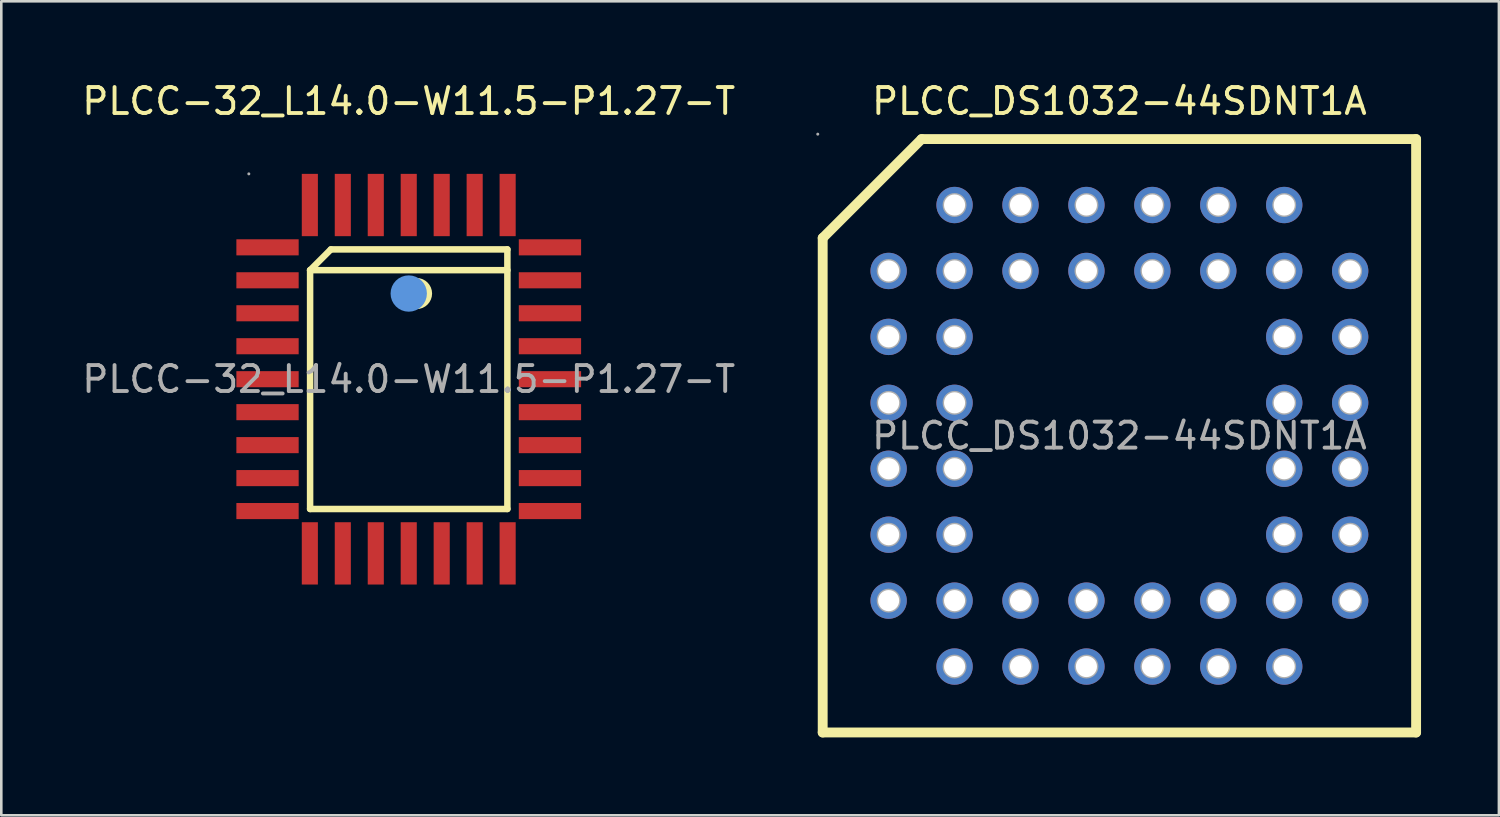
<source format=kicad_pcb>
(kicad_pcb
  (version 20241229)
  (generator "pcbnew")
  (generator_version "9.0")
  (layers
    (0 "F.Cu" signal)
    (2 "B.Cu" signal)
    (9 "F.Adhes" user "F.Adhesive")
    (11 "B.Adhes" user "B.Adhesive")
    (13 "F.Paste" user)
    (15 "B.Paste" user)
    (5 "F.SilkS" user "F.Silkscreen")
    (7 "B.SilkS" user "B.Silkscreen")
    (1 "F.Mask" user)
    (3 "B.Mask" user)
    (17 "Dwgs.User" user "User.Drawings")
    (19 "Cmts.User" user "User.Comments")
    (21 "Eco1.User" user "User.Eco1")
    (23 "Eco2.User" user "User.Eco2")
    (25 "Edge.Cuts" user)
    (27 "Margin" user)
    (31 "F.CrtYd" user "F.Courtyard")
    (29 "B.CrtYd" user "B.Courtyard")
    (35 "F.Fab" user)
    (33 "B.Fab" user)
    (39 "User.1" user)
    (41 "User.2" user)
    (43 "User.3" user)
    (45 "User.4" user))
  (footprint "PLCC_DS1032-44SDNT1A"
    (layer "F.Cu")
    (at 40.073 13.738)
    (property "Reference" "PLCC_DS1032-44SDNT1A" (at 0 -12.89 0) (layer "F.SilkS") (effects (font (size 1 1) (thickness 0.15))))
    (attr through_hole)
    (fp_line (start -11.43 -7.62) (end -11.43 11.43) (stroke (width 0.38) (type solid)) (layer "F.SilkS"))
    (fp_line (start -11.43 11.43) (end 11.43 11.43) (stroke (width 0.38) (type solid)) (layer "F.SilkS"))
    (fp_line (start -7.62 -11.43) (end -11.43 -7.62) (stroke (width 0.38) (type solid)) (layer "F.SilkS"))
    (fp_line (start 11.43 -11.43) (end -7.62 -11.43) (stroke (width 0.38) (type solid)) (layer "F.SilkS"))
    (fp_line (start 11.43 11.43) (end 11.43 -11.43) (stroke (width 0.38) (type solid)) (layer "F.SilkS"))
    (fp_circle (center -11.62 -11.62) (end -11.59 -11.62) (stroke (width 0.06) (type solid)) (fill no) (layer "F.Fab"))
    (fp_circle (center -8.89 -6.35) (end -8.74 -6.35) (stroke (width 0.31) (type solid)) (fill no) (layer "F.Fab"))
    (fp_circle (center -8.89 -3.81) (end -8.74 -3.81) (stroke (width 0.31) (type solid)) (fill no) (layer "F.Fab"))
    (fp_circle (center -8.89 -1.27) (end -8.74 -1.27) (stroke (width 0.31) (type solid)) (fill no) (layer "F.Fab"))
    (fp_circle (center -8.89 1.27) (end -8.74 1.27) (stroke (width 0.31) (type solid)) (fill no) (layer "F.Fab"))
    (fp_circle (center -8.89 3.81) (end -8.74 3.81) (stroke (width 0.31) (type solid)) (fill no) (layer "F.Fab"))
    (fp_circle (center -8.89 6.35) (end -8.74 6.35) (stroke (width 0.31) (type solid)) (fill no) (layer "F.Fab"))
    (fp_circle (center -6.35 -8.89) (end -6.2 -8.89) (stroke (width 0.31) (type solid)) (fill no) (layer "F.Fab"))
    (fp_circle (center -6.35 -6.35) (end -6.2 -6.35) (stroke (width 0.31) (type solid)) (fill no) (layer "F.Fab"))
    (fp_circle (center -6.35 -3.81) (end -6.2 -3.81) (stroke (width 0.31) (type solid)) (fill no) (layer "F.Fab"))
    (fp_circle (center -6.35 -1.27) (end -6.2 -1.27) (stroke (width 0.31) (type solid)) (fill no) (layer "F.Fab"))
    (fp_circle (center -6.35 1.27) (end -6.2 1.27) (stroke (width 0.31) (type solid)) (fill no) (layer "F.Fab"))
    (fp_circle (center -6.35 3.81) (end -6.2 3.81) (stroke (width 0.31) (type solid)) (fill no) (layer "F.Fab"))
    (fp_circle (center -6.35 6.35) (end -6.2 6.35) (stroke (width 0.31) (type solid)) (fill no) (layer "F.Fab"))
    (fp_circle (center -6.35 8.89) (end -6.2 8.89) (stroke (width 0.31) (type solid)) (fill no) (layer "F.Fab"))
    (fp_circle (center -3.81 -8.89) (end -3.66 -8.89) (stroke (width 0.31) (type solid)) (fill no) (layer "F.Fab"))
    (fp_circle (center -3.81 -6.35) (end -3.66 -6.35) (stroke (width 0.31) (type solid)) (fill no) (layer "F.Fab"))
    (fp_circle (center -3.81 6.35) (end -3.66 6.35) (stroke (width 0.31) (type solid)) (fill no) (layer "F.Fab"))
    (fp_circle (center -3.81 8.89) (end -3.66 8.89) (stroke (width 0.31) (type solid)) (fill no) (layer "F.Fab"))
    (fp_circle (center -1.27 -8.89) (end -1.12 -8.89) (stroke (width 0.31) (type solid)) (fill no) (layer "F.Fab"))
    (fp_circle (center -1.27 -6.35) (end -1.12 -6.35) (stroke (width 0.31) (type solid)) (fill no) (layer "F.Fab"))
    (fp_circle (center -1.27 6.35) (end -1.12 6.35) (stroke (width 0.31) (type solid)) (fill no) (layer "F.Fab"))
    (fp_circle (center -1.27 8.89) (end -1.12 8.89) (stroke (width 0.31) (type solid)) (fill no) (layer "F.Fab"))
    (fp_circle (center 1.27 -8.89) (end 1.42 -8.89) (stroke (width 0.31) (type solid)) (fill no) (layer "F.Fab"))
    (fp_circle (center 1.27 -6.35) (end 1.42 -6.35) (stroke (width 0.31) (type solid)) (fill no) (layer "F.Fab"))
    (fp_circle (center 1.27 6.35) (end 1.42 6.35) (stroke (width 0.31) (type solid)) (fill no) (layer "F.Fab"))
    (fp_circle (center 1.27 8.89) (end 1.42 8.89) (stroke (width 0.31) (type solid)) (fill no) (layer "F.Fab"))
    (fp_circle (center 3.81 -8.89) (end 3.96 -8.89) (stroke (width 0.31) (type solid)) (fill no) (layer "F.Fab"))
    (fp_circle (center 3.81 -6.35) (end 3.96 -6.35) (stroke (width 0.31) (type solid)) (fill no) (layer "F.Fab"))
    (fp_circle (center 3.81 6.35) (end 3.96 6.35) (stroke (width 0.31) (type solid)) (fill no) (layer "F.Fab"))
    (fp_circle (center 3.81 8.89) (end 3.96 8.89) (stroke (width 0.31) (type solid)) (fill no) (layer "F.Fab"))
    (fp_circle (center 6.35 -8.89) (end 6.5 -8.89) (stroke (width 0.31) (type solid)) (fill no) (layer "F.Fab"))
    (fp_circle (center 6.35 -6.35) (end 6.5 -6.35) (stroke (width 0.31) (type solid)) (fill no) (layer "F.Fab"))
    (fp_circle (center 6.35 -3.81) (end 6.5 -3.81) (stroke (width 0.31) (type solid)) (fill no) (layer "F.Fab"))
    (fp_circle (center 6.35 -1.27) (end 6.5 -1.27) (stroke (width 0.31) (type solid)) (fill no) (layer "F.Fab"))
    (fp_circle (center 6.35 1.27) (end 6.5 1.27) (stroke (width 0.31) (type solid)) (fill no) (layer "F.Fab"))
    (fp_circle (center 6.35 3.81) (end 6.5 3.81) (stroke (width 0.31) (type solid)) (fill no) (layer "F.Fab"))
    (fp_circle (center 6.35 6.35) (end 6.5 6.35) (stroke (width 0.31) (type solid)) (fill no) (layer "F.Fab"))
    (fp_circle (center 6.35 8.89) (end 6.5 8.89) (stroke (width 0.31) (type solid)) (fill no) (layer "F.Fab"))
    (fp_circle (center 8.89 -6.35) (end 9.04 -6.35) (stroke (width 0.31) (type solid)) (fill no) (layer "F.Fab"))
    (fp_circle (center 8.89 -3.81) (end 9.04 -3.81) (stroke (width 0.31) (type solid)) (fill no) (layer "F.Fab"))
    (fp_circle (center 8.89 -1.27) (end 9.04 -1.27) (stroke (width 0.31) (type solid)) (fill no) (layer "F.Fab"))
    (fp_circle (center 8.89 1.27) (end 9.04 1.27) (stroke (width 0.31) (type solid)) (fill no) (layer "F.Fab"))
    (fp_circle (center 8.89 3.81) (end 9.04 3.81) (stroke (width 0.31) (type solid)) (fill no) (layer "F.Fab"))
    (fp_circle (center 8.89 6.35) (end 9.04 6.35) (stroke (width 0.31) (type solid)) (fill no) (layer "F.Fab"))
    (fp_text user "${REFERENCE}" (at 0 0 0) (layer "F.Fab") (effects (font (size 1 1) (thickness 0.15))))
    (pad "1" thru_hole circle (at -6.35 -8.89 180) (size 1.4 1.4) (drill 0.813) (layers "*.Cu" "*.Paste" "*.Mask"))
    (pad "2" thru_hole circle (at -3.81 -6.35 180) (size 1.4 1.4) (drill 0.813) (layers "*.Cu" "*.Paste" "*.Mask"))
    (pad "3" thru_hole circle (at -3.81 -8.89 180) (size 1.4 1.4) (drill 0.813) (layers "*.Cu" "*.Paste" "*.Mask"))
    (pad "4" thru_hole circle (at -1.27 -6.35 180) (size 1.4 1.4) (drill 0.813) (layers "*.Cu" "*.Paste" "*.Mask"))
    (pad "5" thru_hole circle (at -1.27 -8.89 180) (size 1.4 1.4) (drill 0.813) (layers "*.Cu" "*.Paste" "*.Mask"))
    (pad "6" thru_hole circle (at 1.27 -6.35 180) (size 1.4 1.4) (drill 0.813) (layers "*.Cu" "*.Paste" "*.Mask"))
    (pad "7" thru_hole circle (at 1.27 -8.89 180) (size 1.4 1.4) (drill 0.813) (layers "*.Cu" "*.Paste" "*.Mask"))
    (pad "8" thru_hole circle (at 3.81 -6.35 180) (size 1.4 1.4) (drill 0.813) (layers "*.Cu" "*.Paste" "*.Mask"))
    (pad "9" thru_hole circle (at 3.81 -8.89 180) (size 1.4 1.4) (drill 0.813) (layers "*.Cu" "*.Paste" "*.Mask"))
    (pad "10" thru_hole circle (at 6.35 -6.35 180) (size 1.4 1.4) (drill 0.813) (layers "*.Cu" "*.Paste" "*.Mask"))
    (pad "11" thru_hole circle (at 6.35 -8.89 180) (size 1.4 1.4) (drill 0.813) (layers "*.Cu" "*.Paste" "*.Mask"))
    (pad "12" thru_hole circle (at 8.89 -6.35 180) (size 1.4 1.4) (drill 0.813) (layers "*.Cu" "*.Paste" "*.Mask"))
    (pad "13" thru_hole circle (at 6.35 -3.81 180) (size 1.4 1.4) (drill 0.813) (layers "*.Cu" "*.Paste" "*.Mask"))
    (pad "14" thru_hole circle (at 8.89 -3.81 180) (size 1.4 1.4) (drill 0.813) (layers "*.Cu" "*.Paste" "*.Mask"))
    (pad "15" thru_hole circle (at 6.35 -1.27 180) (size 1.4 1.4) (drill 0.813) (layers "*.Cu" "*.Paste" "*.Mask"))
    (pad "16" thru_hole circle (at 8.89 -1.27 180) (size 1.4 1.4) (drill 0.813) (layers "*.Cu" "*.Paste" "*.Mask"))
    (pad "17" thru_hole circle (at 6.35 1.27 180) (size 1.4 1.4) (drill 0.813) (layers "*.Cu" "*.Paste" "*.Mask"))
    (pad "18" thru_hole circle (at 8.89 1.27 180) (size 1.4 1.4) (drill 0.813) (layers "*.Cu" "*.Paste" "*.Mask"))
    (pad "19" thru_hole circle (at 6.35 3.81 180) (size 1.4 1.4) (drill 0.813) (layers "*.Cu" "*.Paste" "*.Mask"))
    (pad "20" thru_hole circle (at 8.89 3.81 180) (size 1.4 1.4) (drill 0.813) (layers "*.Cu" "*.Paste" "*.Mask"))
    (pad "21" thru_hole circle (at 6.35 6.35 180) (size 1.4 1.4) (drill 0.813) (layers "*.Cu" "*.Paste" "*.Mask"))
    (pad "22" thru_hole circle (at 8.89 6.35 180) (size 1.4 1.4) (drill 0.813) (layers "*.Cu" "*.Paste" "*.Mask"))
    (pad "23" thru_hole circle (at 6.35 8.89 180) (size 1.4 1.4) (drill 0.813) (layers "*.Cu" "*.Paste" "*.Mask"))
    (pad "24" thru_hole circle (at 3.81 6.35 180) (size 1.4 1.4) (drill 0.813) (layers "*.Cu" "*.Paste" "*.Mask"))
    (pad "25" thru_hole circle (at 3.81 8.89 180) (size 1.4 1.4) (drill 0.813) (layers "*.Cu" "*.Paste" "*.Mask"))
    (pad "26" thru_hole circle (at 1.27 6.35 180) (size 1.4 1.4) (drill 0.813) (layers "*.Cu" "*.Paste" "*.Mask"))
    (pad "27" thru_hole circle (at 1.27 8.89 180) (size 1.4 1.4) (drill 0.813) (layers "*.Cu" "*.Paste" "*.Mask"))
    (pad "28" thru_hole circle (at -1.27 6.35 180) (size 1.4 1.4) (drill 0.813) (layers "*.Cu" "*.Paste" "*.Mask"))
    (pad "29" thru_hole circle (at -1.27 8.89 180) (size 1.4 1.4) (drill 0.813) (layers "*.Cu" "*.Paste" "*.Mask"))
    (pad "30" thru_hole circle (at -3.81 6.35 180) (size 1.4 1.4) (drill 0.813) (layers "*.Cu" "*.Paste" "*.Mask"))
    (pad "31" thru_hole circle (at -3.81 8.89 180) (size 1.4 1.4) (drill 0.813) (layers "*.Cu" "*.Paste" "*.Mask"))
    (pad "32" thru_hole circle (at -6.35 6.35 180) (size 1.4 1.4) (drill 0.813) (layers "*.Cu" "*.Paste" "*.Mask"))
    (pad "33" thru_hole circle (at -6.35 8.89 180) (size 1.4 1.4) (drill 0.813) (layers "*.Cu" "*.Paste" "*.Mask"))
    (pad "34" thru_hole circle (at -8.89 6.35 180) (size 1.4 1.4) (drill 0.813) (layers "*.Cu" "*.Paste" "*.Mask"))
    (pad "35" thru_hole circle (at -6.35 3.81 180) (size 1.4 1.4) (drill 0.813) (layers "*.Cu" "*.Paste" "*.Mask"))
    (pad "36" thru_hole circle (at -8.89 3.81 180) (size 1.4 1.4) (drill 0.813) (layers "*.Cu" "*.Paste" "*.Mask"))
    (pad "37" thru_hole circle (at -6.35 1.27 180) (size 1.4 1.4) (drill 0.813) (layers "*.Cu" "*.Paste" "*.Mask"))
    (pad "38" thru_hole circle (at -8.89 1.27 180) (size 1.4 1.4) (drill 0.813) (layers "*.Cu" "*.Paste" "*.Mask"))
    (pad "39" thru_hole circle (at -6.35 -1.27 180) (size 1.4 1.4) (drill 0.813) (layers "*.Cu" "*.Paste" "*.Mask"))
    (pad "40" thru_hole circle (at -8.89 -1.27 180) (size 1.4 1.4) (drill 0.813) (layers "*.Cu" "*.Paste" "*.Mask"))
    (pad "41" thru_hole circle (at -6.35 -3.81 180) (size 1.4 1.4) (drill 0.813) (layers "*.Cu" "*.Paste" "*.Mask"))
    (pad "42" thru_hole circle (at -8.89 -3.81 180) (size 1.4 1.4) (drill 0.813) (layers "*.Cu" "*.Paste" "*.Mask"))
    (pad "43" thru_hole circle (at -6.35 -6.35 180) (size 1.4 1.4) (drill 0.813) (layers "*.Cu" "*.Paste" "*.Mask"))
    (pad "44" thru_hole circle (at -8.89 -6.35 180) (size 1.4 1.4) (drill 0.813) (layers "*.Cu" "*.Paste" "*.Mask")))
  (footprint "PLCC-32_L14.0-W11.5-P1.27-T"
    (layer "F.Cu")
    (at 12.696 11.558)
    (property "Reference" "PLCC-32_L14.0-W11.5-P1.27-T" (at 0 -10.71 0) (layer "F.SilkS") (effects (font (size 1 1) (thickness 0.15))))
    (attr through_hole)
    (fp_line (start -3.8 -4.2) (end -3 -5) (stroke (width 0.25) (type solid)) (layer "F.SilkS"))
    (fp_line (start -3.8 -4.2) (end 3.8 -4.2) (stroke (width 0.25) (type solid)) (layer "F.SilkS"))
    (fp_line (start -3.8 5) (end -3.8 -4.2) (stroke (width 0.25) (type solid)) (layer "F.SilkS"))
    (fp_line (start -3 -5) (end 3.8 -5) (stroke (width 0.25) (type solid)) (layer "F.SilkS"))
    (fp_line (start 3.8 -5) (end 3.8 5) (stroke (width 0.25) (type solid)) (layer "F.SilkS"))
    (fp_line (start 3.8 5) (end -3.8 5) (stroke (width 0.25) (type solid)) (layer "F.SilkS"))
    (fp_arc (start 0.3 -3.3) (mid 0.3 -3.3) (end 0.3 -3.3) (stroke (width 0.6) (type solid)) (layer "F.SilkS"))
    (fp_circle (center 0 -3.3) (end 0.35 -3.3) (stroke (width 0.7) (type solid)) (fill no) (layer "Cmts.User"))
    (fp_circle (center -6.16 -7.91) (end -6.13 -7.91) (stroke (width 0.06) (type solid)) (fill no) (layer "F.Fab"))
    (fp_text user "${REFERENCE}" (at 0 0 0) (layer "F.Fab") (effects (font (size 1 1) (thickness 0.15))))
    (pad "1" smd rect (at 0 -6.71 180) (size 0.62 2.4) (layers "F.Cu" "F.Mask" "F.Paste"))
    (pad "2" smd rect (at -1.27 -6.71 180) (size 0.62 2.4) (layers "F.Cu" "F.Mask" "F.Paste"))
    (pad "3" smd rect (at -2.54 -6.71 180) (size 0.62 2.4) (layers "F.Cu" "F.Mask" "F.Paste"))
    (pad "4" smd rect (at -3.81 -6.71 180) (size 0.62 2.4) (layers "F.Cu" "F.Mask" "F.Paste"))
    (pad "5" smd rect (at -5.44 -5.08 270) (size 0.62 2.4) (layers "F.Cu" "F.Mask" "F.Paste"))
    (pad "6" smd rect (at -5.44 -3.81 270) (size 0.62 2.4) (layers "F.Cu" "F.Mask" "F.Paste"))
    (pad "7" smd rect (at -5.44 -2.54 270) (size 0.62 2.4) (layers "F.Cu" "F.Mask" "F.Paste"))
    (pad "8" smd rect (at -5.44 -1.27 270) (size 0.62 2.4) (layers "F.Cu" "F.Mask" "F.Paste"))
    (pad "9" smd rect (at -5.44 0 270) (size 0.62 2.4) (layers "F.Cu" "F.Mask" "F.Paste"))
    (pad "10" smd rect (at -5.44 1.27 270) (size 0.62 2.4) (layers "F.Cu" "F.Mask" "F.Paste"))
    (pad "11" smd rect (at -5.44 2.54 270) (size 0.62 2.4) (layers "F.Cu" "F.Mask" "F.Paste"))
    (pad "12" smd rect (at -5.44 3.81 270) (size 0.62 2.4) (layers "F.Cu" "F.Mask" "F.Paste"))
    (pad "13" smd rect (at -5.44 5.08 270) (size 0.62 2.4) (layers "F.Cu" "F.Mask" "F.Paste"))
    (pad "14" smd rect (at -3.81 6.71) (size 0.62 2.4) (layers "F.Cu" "F.Mask" "F.Paste"))
    (pad "15" smd rect (at -2.54 6.71) (size 0.62 2.4) (layers "F.Cu" "F.Mask" "F.Paste"))
    (pad "16" smd rect (at -1.27 6.71) (size 0.62 2.4) (layers "F.Cu" "F.Mask" "F.Paste"))
    (pad "17" smd rect (at 0 6.71) (size 0.62 2.4) (layers "F.Cu" "F.Mask" "F.Paste"))
    (pad "18" smd rect (at 1.27 6.71) (size 0.62 2.4) (layers "F.Cu" "F.Mask" "F.Paste"))
    (pad "19" smd rect (at 2.54 6.71) (size 0.62 2.4) (layers "F.Cu" "F.Mask" "F.Paste"))
    (pad "20" smd rect (at 3.81 6.71) (size 0.62 2.4) (layers "F.Cu" "F.Mask" "F.Paste"))
    (pad "21" smd rect (at 5.44 5.08 90) (size 0.62 2.4) (layers "F.Cu" "F.Mask" "F.Paste"))
    (pad "22" smd rect (at 5.44 3.81 90) (size 0.62 2.4) (layers "F.Cu" "F.Mask" "F.Paste"))
    (pad "23" smd rect (at 5.44 2.54 90) (size 0.62 2.4) (layers "F.Cu" "F.Mask" "F.Paste"))
    (pad "24" smd rect (at 5.44 1.27 90) (size 0.62 2.4) (layers "F.Cu" "F.Mask" "F.Paste"))
    (pad "25" smd rect (at 5.44 0 90) (size 0.62 2.4) (layers "F.Cu" "F.Mask" "F.Paste"))
    (pad "26" smd rect (at 5.44 -1.27 90) (size 0.62 2.4) (layers "F.Cu" "F.Mask" "F.Paste"))
    (pad "27" smd rect (at 5.44 -2.54 90) (size 0.62 2.4) (layers "F.Cu" "F.Mask" "F.Paste"))
    (pad "28" smd rect (at 5.44 -3.81 90) (size 0.62 2.4) (layers "F.Cu" "F.Mask" "F.Paste"))
    (pad "29" smd rect (at 5.44 -5.08 90) (size 0.62 2.4) (layers "F.Cu" "F.Mask" "F.Paste"))
    (pad "30" smd rect (at 3.81 -6.71) (size 0.62 2.4) (layers "F.Cu" "F.Mask" "F.Paste"))
    (pad "31" smd rect (at 2.54 -6.71) (size 0.62 2.4) (layers "F.Cu" "F.Mask" "F.Paste"))
    (pad "32" smd rect (at 1.27 -6.71) (size 0.62 2.4) (layers "F.Cu" "F.Mask" "F.Paste")))
  (gr_rect
    (start -3 -3)
    (end 54.693 28.358)
    (stroke (width 0.1) (type default))
    (fill no)
    (layer "Edge.Cuts")))
</source>
